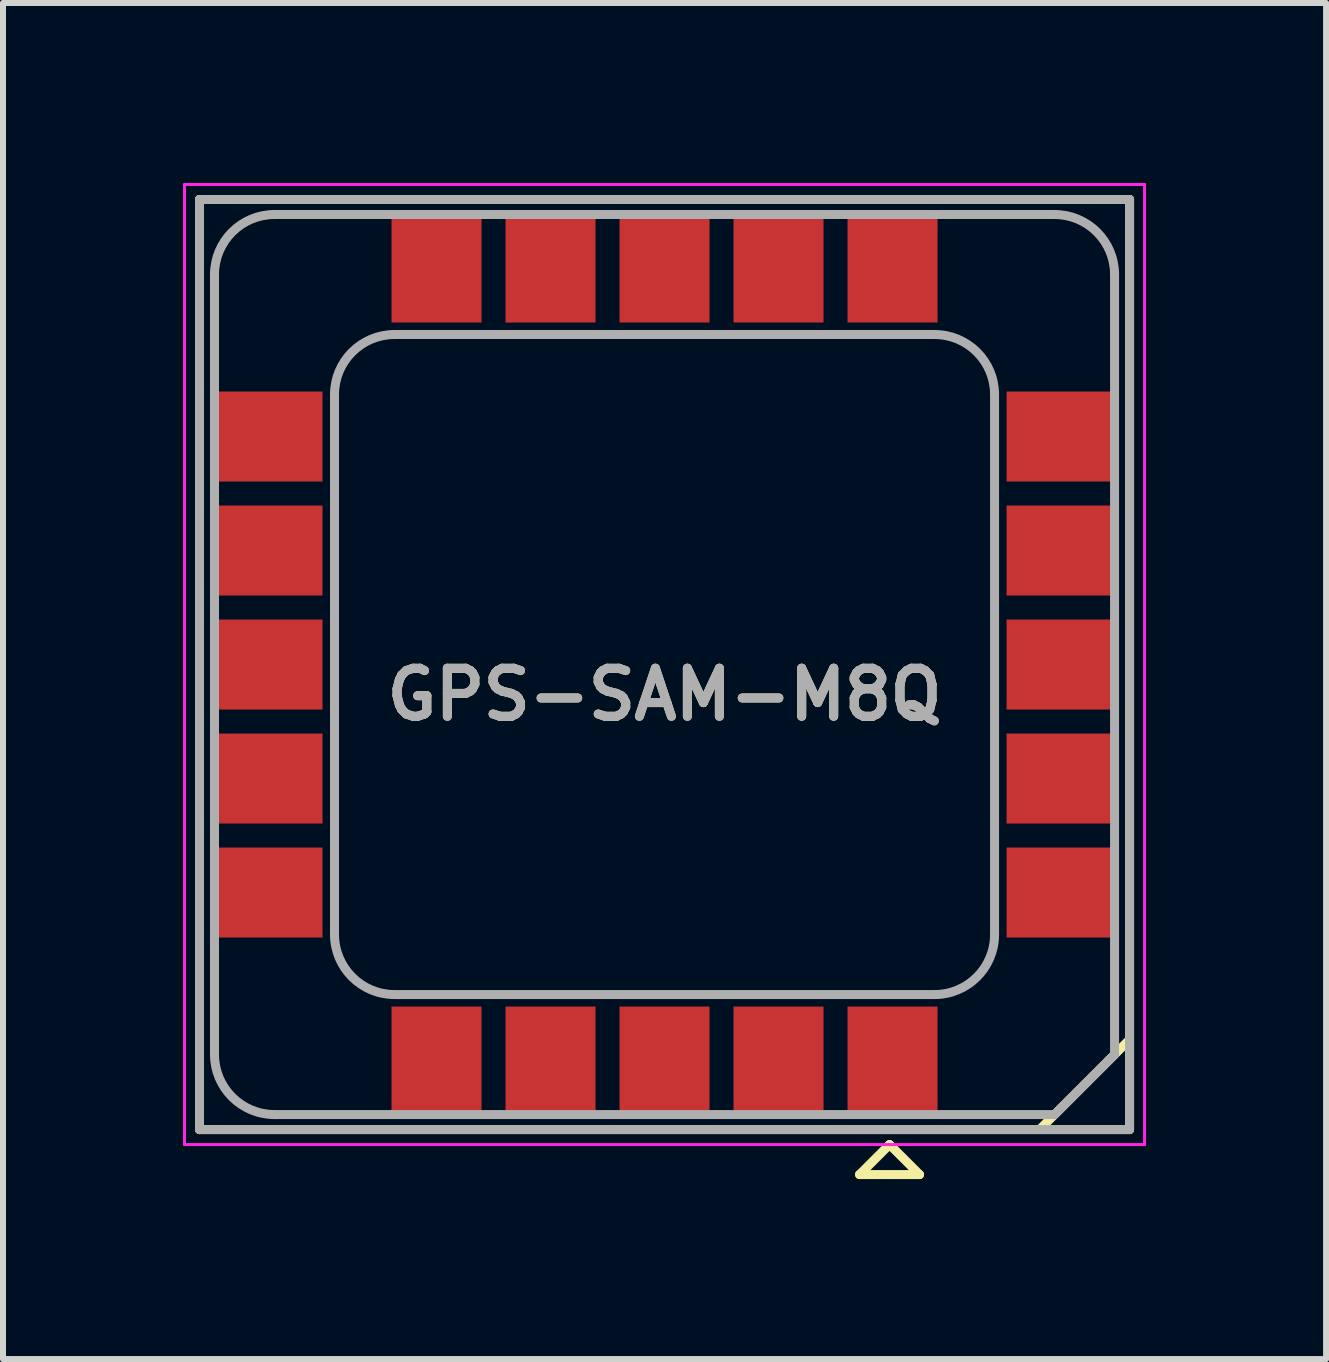
<source format=kicad_pcb>
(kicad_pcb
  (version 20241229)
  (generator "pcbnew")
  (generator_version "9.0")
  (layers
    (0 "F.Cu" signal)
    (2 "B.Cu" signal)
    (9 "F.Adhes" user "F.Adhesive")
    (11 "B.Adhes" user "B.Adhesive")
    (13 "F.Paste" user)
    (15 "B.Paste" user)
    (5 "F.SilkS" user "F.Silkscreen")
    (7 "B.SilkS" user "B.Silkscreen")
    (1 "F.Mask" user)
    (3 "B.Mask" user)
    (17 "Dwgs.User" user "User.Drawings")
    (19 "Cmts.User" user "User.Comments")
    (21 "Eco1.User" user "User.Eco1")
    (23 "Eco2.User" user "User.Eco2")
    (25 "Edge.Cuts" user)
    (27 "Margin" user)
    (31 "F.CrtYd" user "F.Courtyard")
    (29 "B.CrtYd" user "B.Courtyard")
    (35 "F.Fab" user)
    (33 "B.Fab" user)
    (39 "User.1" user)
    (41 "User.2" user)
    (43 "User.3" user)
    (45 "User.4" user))
  (footprint "GPS-SAM-M8Q"
    (layer "F.Cu")
    (at 8.025 8.025)
    (property "Reference" "GPS-SAM-M8Q" (at 0 0.5 0) (layer "F.SilkS") (effects (font (size 0.8 0.8) (thickness 0.15))))
    (attr smd)
    (fp_line (start -7.75 -7.75) (end 7.75 -7.75) (stroke (width 0.15) (type solid)) (layer "F.SilkS"))
    (fp_line (start -7.75 7.75) (end -7.75 -7.75) (stroke (width 0.15) (type solid)) (layer "F.SilkS"))
    (fp_line (start 3.25 8.5) (end 4.25 8.5) (stroke (width 0.15) (type solid)) (layer "F.SilkS"))
    (fp_line (start 3.75 8) (end 3.25 8.5) (stroke (width 0.15) (type solid)) (layer "F.SilkS"))
    (fp_line (start 4.25 8.5) (end 3.75 8) (stroke (width 0.15) (type solid)) (layer "F.SilkS"))
    (fp_line (start 6.25 7.75) (end 7.75 6.25) (stroke (width 0.15) (type solid)) (layer "F.SilkS"))
    (fp_line (start 7.75 -7.75) (end 7.75 7.75) (stroke (width 0.15) (type solid)) (layer "F.SilkS"))
    (fp_line (start 7.75 7.75) (end -7.75 7.75) (stroke (width 0.15) (type solid)) (layer "F.SilkS"))
    (fp_line (start -8 -8) (end 8 -8) (stroke (width 0.05) (type solid)) (layer "F.CrtYd"))
    (fp_line (start -8 8) (end -8 -8) (stroke (width 0.05) (type solid)) (layer "F.CrtYd"))
    (fp_line (start 8 -8) (end 8 8) (stroke (width 0.05) (type solid)) (layer "F.CrtYd"))
    (fp_line (start 8 8) (end -8 8) (stroke (width 0.05) (type solid)) (layer "F.CrtYd"))
    (fp_line (start -7.75 -7.75) (end 7.75 -7.75) (stroke (width 0.15) (type solid)) (layer "F.Fab"))
    (fp_line (start -7.75 7.75) (end -7.75 -7.75) (stroke (width 0.15) (type solid)) (layer "F.Fab"))
    (fp_line (start -7.5 6.5) (end -7.5 -6.5) (stroke (width 0.15) (type solid)) (layer "F.Fab"))
    (fp_line (start -6.5 -7.5) (end 6.5 -7.5) (stroke (width 0.15) (type solid)) (layer "F.Fab"))
    (fp_line (start -5.5 4.5) (end -5.5 -4.5) (stroke (width 0.15) (type solid)) (layer "F.Fab"))
    (fp_line (start -4.5 -5.5) (end 4.5 -5.5) (stroke (width 0.15) (type solid)) (layer "F.Fab"))
    (fp_line (start 4.5 5.5) (end -4.5 5.5) (stroke (width 0.15) (type solid)) (layer "F.Fab"))
    (fp_line (start 5.5 -4.5) (end 5.5 4.5) (stroke (width 0.15) (type solid)) (layer "F.Fab"))
    (fp_line (start 6.5 7.5) (end -6.5 7.5) (stroke (width 0.15) (type solid)) (layer "F.Fab"))
    (fp_line (start 7.5 -6.5) (end 7.5 6.5) (stroke (width 0.15) (type solid)) (layer "F.Fab"))
    (fp_line (start 7.5 6.5) (end 6.5 7.5) (stroke (width 0.15) (type solid)) (layer "F.Fab"))
    (fp_line (start 7.75 -7.75) (end 7.75 7.75) (stroke (width 0.15) (type solid)) (layer "F.Fab"))
    (fp_line (start 7.75 7.75) (end -7.75 7.75) (stroke (width 0.15) (type solid)) (layer "F.Fab"))
    (fp_arc (start -7.5 -6.5) (mid -7.207107 -7.207107) (end -6.5 -7.5) (stroke (width 0.15) (type solid)) (layer "F.Fab"))
    (fp_arc (start -6.5 7.5) (mid -7.207107 7.207107) (end -7.5 6.5) (stroke (width 0.15) (type solid)) (layer "F.Fab"))
    (fp_arc (start -5.5 -4.5) (mid -5.207107 -5.207107) (end -4.5 -5.5) (stroke (width 0.15) (type solid)) (layer "F.Fab"))
    (fp_arc (start -4.5 5.5) (mid -5.207107 5.207107) (end -5.5 4.5) (stroke (width 0.15) (type solid)) (layer "F.Fab"))
    (fp_arc (start 4.5 -5.5) (mid 5.207107 -5.207107) (end 5.5 -4.5) (stroke (width 0.15) (type solid)) (layer "F.Fab"))
    (fp_arc (start 5.5 4.5) (mid 5.207107 5.207107) (end 4.5 5.5) (stroke (width 0.15) (type solid)) (layer "F.Fab"))
    (fp_arc (start 6.5 -7.5) (mid 7.207107 -7.207107) (end 7.5 -6.5) (stroke (width 0.15) (type solid)) (layer "F.Fab"))
    (fp_text user "${REFERENCE}" (at 0 0.5 0) (layer "F.Fab") (effects (font (size 0.8 0.8) (thickness 0.15))))
    (pad "1" smd rect (at 3.8 6.6 90) (size 1.8 1.5) (layers "F.Cu" "F.Mask" "F.Paste"))
    (pad "2" smd rect (at 1.9 6.6 90) (size 1.8 1.5) (layers "F.Cu" "F.Mask" "F.Paste"))
    (pad "3" smd rect (at 0 6.6 90) (size 1.8 1.5) (layers "F.Cu" "F.Mask" "F.Paste"))
    (pad "4" smd rect (at -1.9 6.6 90) (size 1.8 1.5) (layers "F.Cu" "F.Mask" "F.Paste"))
    (pad "5" smd rect (at -3.8 6.6 90) (size 1.8 1.5) (layers "F.Cu" "F.Mask" "F.Paste"))
    (pad "6" smd rect (at -6.6 3.8) (size 1.8 1.5) (layers "F.Cu" "F.Mask" "F.Paste"))
    (pad "7" smd rect (at -6.6 1.9) (size 1.8 1.5) (layers "F.Cu" "F.Mask" "F.Paste"))
    (pad "8" smd rect (at -6.6 0) (size 1.8 1.5) (layers "F.Cu" "F.Mask" "F.Paste"))
    (pad "9" smd rect (at -6.6 -1.9) (size 1.8 1.5) (layers "F.Cu" "F.Mask" "F.Paste"))
    (pad "10" smd rect (at -6.6 -3.8) (size 1.8 1.5) (layers "F.Cu" "F.Mask" "F.Paste"))
    (pad "11" smd rect (at -3.8 -6.6 90) (size 1.8 1.5) (layers "F.Cu" "F.Mask" "F.Paste"))
    (pad "12" smd rect (at -1.9 -6.6 90) (size 1.8 1.5) (layers "F.Cu" "F.Mask" "F.Paste"))
    (pad "13" smd rect (at 0 -6.6 90) (size 1.8 1.5) (layers "F.Cu" "F.Mask" "F.Paste"))
    (pad "14" smd rect (at 1.9 -6.6 90) (size 1.8 1.5) (layers "F.Cu" "F.Mask" "F.Paste"))
    (pad "15" smd rect (at 3.8 -6.6 90) (size 1.8 1.5) (layers "F.Cu" "F.Mask" "F.Paste"))
    (pad "16" smd rect (at 6.6 -3.8) (size 1.8 1.5) (layers "F.Cu" "F.Mask" "F.Paste"))
    (pad "17" smd rect (at 6.6 -1.9) (size 1.8 1.5) (layers "F.Cu" "F.Mask" "F.Paste"))
    (pad "18" smd rect (at 6.6 0) (size 1.8 1.5) (layers "F.Cu" "F.Mask" "F.Paste"))
    (pad "19" smd rect (at 6.6 1.9) (size 1.8 1.5) (layers "F.Cu" "F.Mask" "F.Paste"))
    (pad "20" smd rect (at 6.6 3.8) (size 1.8 1.5) (layers "F.Cu" "F.Mask" "F.Paste")))
  (gr_rect
    (start -3 -3)
    (end 19.05 19.6)
    (stroke (width 0.1) (type default))
    (fill no)
    (layer "Edge.Cuts")))
</source>
